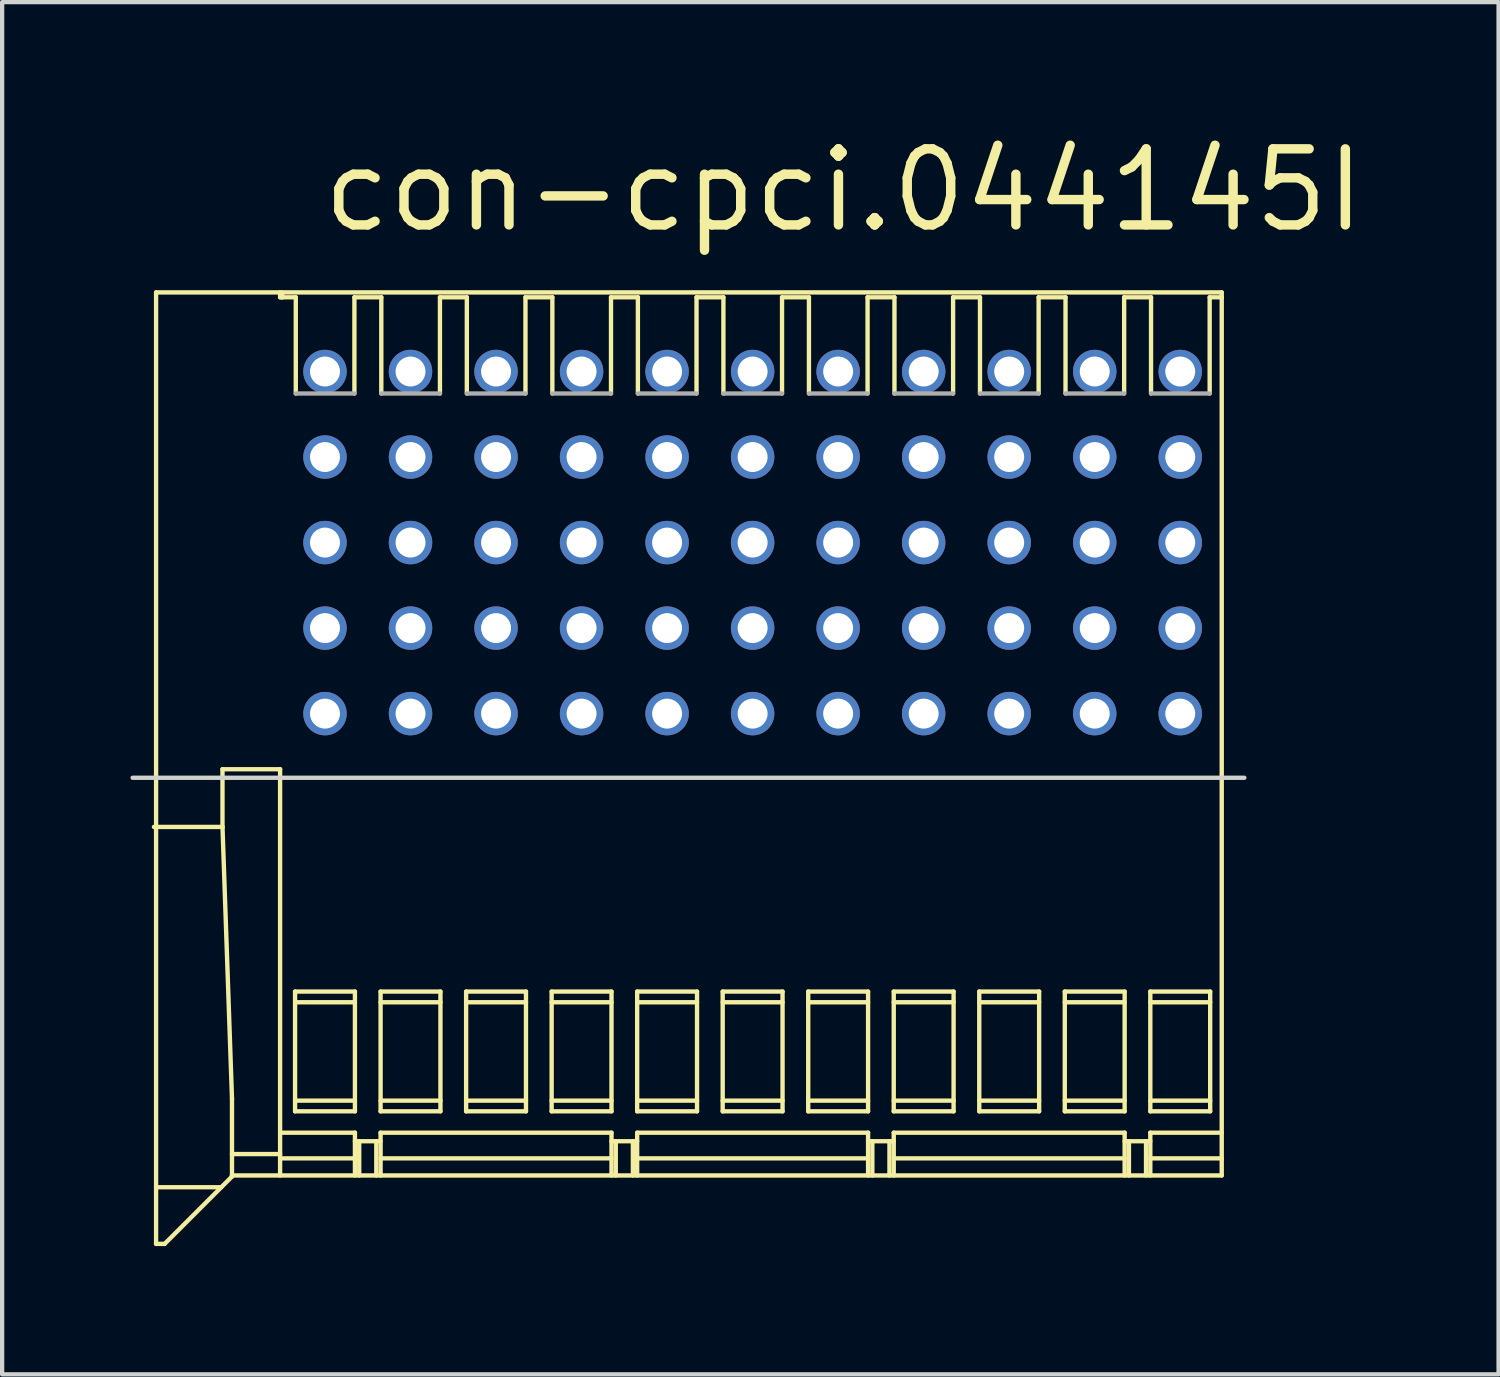
<source format=kicad_pcb>
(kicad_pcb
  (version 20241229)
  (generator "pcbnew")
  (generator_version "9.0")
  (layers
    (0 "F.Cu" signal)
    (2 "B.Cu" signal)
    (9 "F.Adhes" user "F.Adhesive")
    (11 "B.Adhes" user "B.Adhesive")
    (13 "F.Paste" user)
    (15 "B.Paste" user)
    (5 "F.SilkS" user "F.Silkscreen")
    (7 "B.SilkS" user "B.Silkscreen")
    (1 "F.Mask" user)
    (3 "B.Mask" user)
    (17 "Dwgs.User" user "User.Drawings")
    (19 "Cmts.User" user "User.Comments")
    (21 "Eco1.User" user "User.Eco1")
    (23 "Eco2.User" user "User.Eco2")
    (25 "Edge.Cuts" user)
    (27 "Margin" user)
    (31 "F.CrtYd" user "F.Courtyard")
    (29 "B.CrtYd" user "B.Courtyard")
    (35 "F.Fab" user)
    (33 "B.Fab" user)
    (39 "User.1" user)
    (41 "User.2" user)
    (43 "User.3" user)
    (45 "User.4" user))
  (footprint "con-cpci.044145I"
    (layer "F.Cu")
    (at 14.55 13.638)
    (property "Reference" "con-cpci.044145I" (at -10.16 -11.2 0) (layer "F.SilkS") (effects (font (size 1.778 1.778) (thickness 0.22)) (justify left bottom)))
    (attr through_hole)
    (fp_line (start -13.95 -9.85) (end -13.95 12.4) (stroke (width 0.102) (type default)) (layer "F.SilkS"))
    (fp_line (start -13.95 11.075) (end -12.425 11.075) (stroke (width 0.102) (type default)) (layer "F.SilkS"))
    (fp_line (start -13.75 12.4) (end -13.95 12.4) (stroke (width 0.102) (type default)) (layer "F.SilkS"))
    (fp_line (start -13.75 12.4) (end -12.175 10.825) (stroke (width 0.102) (type default)) (layer "F.SilkS"))
    (fp_line (start -12.397 2.65) (end -14 2.65) (stroke (width 0.102) (type default)) (layer "F.SilkS"))
    (fp_line (start -12.397 2.65) (end -12.397 1.3) (stroke (width 0.102) (type default)) (layer "F.SilkS"))
    (fp_line (start -12.175 9) (end -12.397 2.65) (stroke (width 0.102) (type default)) (layer "F.SilkS"))
    (fp_line (start -12.175 10.3) (end -11.05 10.3) (stroke (width 0.102) (type default)) (layer "F.SilkS"))
    (fp_line (start -12.175 10.8) (end -12.175 9) (stroke (width 0.102) (type default)) (layer "F.SilkS"))
    (fp_line (start -12.175 10.825) (end -12.175 10.8) (stroke (width 0.102) (type default)) (layer "F.SilkS"))
    (fp_line (start -11.05 -9.85) (end -13.95 -9.85) (stroke (width 0.102) (type default)) (layer "F.SilkS"))
    (fp_line (start -11.05 -9.736) (end -11.05 -9.85) (stroke (width 0.102) (type default)) (layer "F.SilkS"))
    (fp_line (start -11.05 -9.736) (end -11 -9.736) (stroke (width 0.102) (type default)) (layer "F.SilkS"))
    (fp_line (start -11.05 1.3) (end -12.397 1.3) (stroke (width 0.102) (type default)) (layer "F.SilkS"))
    (fp_line (start -11.05 1.3) (end -11.05 10.8) (stroke (width 0.102) (type default)) (layer "F.SilkS"))
    (fp_line (start -11 -9.85) (end -11 -9.736) (stroke (width 0.102) (type default)) (layer "F.SilkS"))
    (fp_line (start -11 -9.736) (end -10.683 -9.736) (stroke (width 0.102) (type default)) (layer "F.SilkS"))
    (fp_line (start -10.7 6.5) (end -9.3 6.5) (stroke (width 0.102) (type default)) (layer "F.SilkS"))
    (fp_line (start -10.7 9.3) (end -10.7 6.5) (stroke (width 0.102) (type default)) (layer "F.SilkS"))
    (fp_line (start -10.7 9.3) (end -9.3 9.3) (stroke (width 0.102) (type default)) (layer "F.SilkS"))
    (fp_line (start -10.683 -9.736) (end -10.683 -7.486) (stroke (width 0.102) (type default)) (layer "F.SilkS"))
    (fp_line (start -9.312 -9.736) (end -8.683 -9.736) (stroke (width 0.102) (type default)) (layer "F.SilkS"))
    (fp_line (start -9.312 -7.486) (end -9.312 -9.736) (stroke (width 0.102) (type default)) (layer "F.SilkS"))
    (fp_line (start -9.3 6.5) (end -9.3 9.3) (stroke (width 0.102) (type default)) (layer "F.SilkS"))
    (fp_line (start -9.3 6.75) (end -10.7 6.75) (stroke (width 0.102) (type default)) (layer "F.SilkS"))
    (fp_line (start -9.3 9.05) (end -10.7 9.05) (stroke (width 0.102) (type default)) (layer "F.SilkS"))
    (fp_line (start -9.3 9.8) (end -11.05 9.8) (stroke (width 0.102) (type default)) (layer "F.SilkS"))
    (fp_line (start -9.3 9.8) (end -9.3 10.8) (stroke (width 0.102) (type default)) (layer "F.SilkS"))
    (fp_line (start -9.3 10.4) (end -11.05 10.4) (stroke (width 0.102) (type default)) (layer "F.SilkS"))
    (fp_line (start -9.2 10) (end -9.2 10.8) (stroke (width 0.102) (type default)) (layer "F.SilkS"))
    (fp_line (start -8.8 10) (end -8.8 10.8) (stroke (width 0.102) (type default)) (layer "F.SilkS"))
    (fp_line (start -8.7 6.5) (end -8.7 9.3) (stroke (width 0.102) (type default)) (layer "F.SilkS"))
    (fp_line (start -8.7 9.8) (end -8.7 10.8) (stroke (width 0.102) (type default)) (layer "F.SilkS"))
    (fp_line (start -8.7 10) (end -9.3 10) (stroke (width 0.102) (type default)) (layer "F.SilkS"))
    (fp_line (start -8.683 -9.736) (end -8.683 -7.486) (stroke (width 0.102) (type default)) (layer "F.SilkS"))
    (fp_line (start -7.312 -9.736) (end -6.683 -9.736) (stroke (width 0.102) (type default)) (layer "F.SilkS"))
    (fp_line (start -7.312 -7.486) (end -7.312 -9.736) (stroke (width 0.102) (type default)) (layer "F.SilkS"))
    (fp_line (start -7.3 6.5) (end -8.7 6.5) (stroke (width 0.102) (type default)) (layer "F.SilkS"))
    (fp_line (start -7.3 6.5) (end -7.3 9.3) (stroke (width 0.102) (type default)) (layer "F.SilkS"))
    (fp_line (start -7.3 6.75) (end -8.7 6.75) (stroke (width 0.102) (type default)) (layer "F.SilkS"))
    (fp_line (start -7.3 9.05) (end -8.7 9.05) (stroke (width 0.102) (type default)) (layer "F.SilkS"))
    (fp_line (start -7.3 9.3) (end -8.7 9.3) (stroke (width 0.102) (type default)) (layer "F.SilkS"))
    (fp_line (start -6.7 6.5) (end -6.7 9.3) (stroke (width 0.102) (type default)) (layer "F.SilkS"))
    (fp_line (start -6.683 -9.736) (end -6.683 -7.486) (stroke (width 0.102) (type default)) (layer "F.SilkS"))
    (fp_line (start -5.312 -9.736) (end -4.683 -9.736) (stroke (width 0.102) (type default)) (layer "F.SilkS"))
    (fp_line (start -5.312 -7.486) (end -5.312 -9.736) (stroke (width 0.102) (type default)) (layer "F.SilkS"))
    (fp_line (start -5.3 6.5) (end -6.7 6.5) (stroke (width 0.102) (type default)) (layer "F.SilkS"))
    (fp_line (start -5.3 6.5) (end -5.3 9.3) (stroke (width 0.102) (type default)) (layer "F.SilkS"))
    (fp_line (start -5.3 6.75) (end -6.7 6.75) (stroke (width 0.102) (type default)) (layer "F.SilkS"))
    (fp_line (start -5.3 9.05) (end -6.7 9.05) (stroke (width 0.102) (type default)) (layer "F.SilkS"))
    (fp_line (start -5.3 9.3) (end -6.7 9.3) (stroke (width 0.102) (type default)) (layer "F.SilkS"))
    (fp_line (start -4.7 6.5) (end -4.7 9.3) (stroke (width 0.102) (type default)) (layer "F.SilkS"))
    (fp_line (start -4.683 -9.736) (end -4.683 -7.486) (stroke (width 0.102) (type default)) (layer "F.SilkS"))
    (fp_line (start -3.312 -9.736) (end -2.683 -9.736) (stroke (width 0.102) (type default)) (layer "F.SilkS"))
    (fp_line (start -3.312 -7.486) (end -3.312 -9.736) (stroke (width 0.102) (type default)) (layer "F.SilkS"))
    (fp_line (start -3.3 6.5) (end -4.7 6.5) (stroke (width 0.102) (type default)) (layer "F.SilkS"))
    (fp_line (start -3.3 6.5) (end -3.3 9.3) (stroke (width 0.102) (type default)) (layer "F.SilkS"))
    (fp_line (start -3.3 6.75) (end -4.7 6.75) (stroke (width 0.102) (type default)) (layer "F.SilkS"))
    (fp_line (start -3.3 9.05) (end -4.7 9.05) (stroke (width 0.102) (type default)) (layer "F.SilkS"))
    (fp_line (start -3.3 9.3) (end -4.7 9.3) (stroke (width 0.102) (type default)) (layer "F.SilkS"))
    (fp_line (start -3.3 9.8) (end -8.7 9.8) (stroke (width 0.102) (type default)) (layer "F.SilkS"))
    (fp_line (start -3.3 9.8) (end -3.3 10.8) (stroke (width 0.102) (type default)) (layer "F.SilkS"))
    (fp_line (start -3.3 10.4) (end -8.7 10.4) (stroke (width 0.102) (type default)) (layer "F.SilkS"))
    (fp_line (start -3.2 10) (end -3.2 10.8) (stroke (width 0.102) (type default)) (layer "F.SilkS"))
    (fp_line (start -2.8 10) (end -2.8 10.8) (stroke (width 0.102) (type default)) (layer "F.SilkS"))
    (fp_line (start -2.7 6.5) (end -2.7 9.3) (stroke (width 0.102) (type default)) (layer "F.SilkS"))
    (fp_line (start -2.7 9.8) (end -2.7 10.8) (stroke (width 0.102) (type default)) (layer "F.SilkS"))
    (fp_line (start -2.7 10) (end -3.3 10) (stroke (width 0.102) (type default)) (layer "F.SilkS"))
    (fp_line (start -2.683 -9.736) (end -2.683 -7.486) (stroke (width 0.102) (type default)) (layer "F.SilkS"))
    (fp_line (start -1.312 -9.736) (end -0.683 -9.736) (stroke (width 0.102) (type default)) (layer "F.SilkS"))
    (fp_line (start -1.312 -7.486) (end -1.312 -9.736) (stroke (width 0.102) (type default)) (layer "F.SilkS"))
    (fp_line (start -1.3 6.5) (end -2.7 6.5) (stroke (width 0.102) (type default)) (layer "F.SilkS"))
    (fp_line (start -1.3 6.5) (end -1.3 9.3) (stroke (width 0.102) (type default)) (layer "F.SilkS"))
    (fp_line (start -1.3 6.75) (end -2.7 6.75) (stroke (width 0.102) (type default)) (layer "F.SilkS"))
    (fp_line (start -1.3 9.05) (end -2.7 9.05) (stroke (width 0.102) (type default)) (layer "F.SilkS"))
    (fp_line (start -1.3 9.3) (end -2.7 9.3) (stroke (width 0.102) (type default)) (layer "F.SilkS"))
    (fp_line (start -0.7 6.5) (end -0.7 9.3) (stroke (width 0.102) (type default)) (layer "F.SilkS"))
    (fp_line (start -0.683 -9.736) (end -0.683 -7.486) (stroke (width 0.102) (type default)) (layer "F.SilkS"))
    (fp_line (start 0.688 -9.736) (end 1.317 -9.736) (stroke (width 0.102) (type default)) (layer "F.SilkS"))
    (fp_line (start 0.688 -7.486) (end 0.688 -9.736) (stroke (width 0.102) (type default)) (layer "F.SilkS"))
    (fp_line (start 0.7 6.5) (end -0.7 6.5) (stroke (width 0.102) (type default)) (layer "F.SilkS"))
    (fp_line (start 0.7 6.5) (end 0.7 9.3) (stroke (width 0.102) (type default)) (layer "F.SilkS"))
    (fp_line (start 0.7 6.75) (end -0.7 6.75) (stroke (width 0.102) (type default)) (layer "F.SilkS"))
    (fp_line (start 0.7 9.05) (end -0.7 9.05) (stroke (width 0.102) (type default)) (layer "F.SilkS"))
    (fp_line (start 0.7 9.3) (end -0.7 9.3) (stroke (width 0.102) (type default)) (layer "F.SilkS"))
    (fp_line (start 1.3 6.5) (end 1.3 9.3) (stroke (width 0.102) (type default)) (layer "F.SilkS"))
    (fp_line (start 1.317 -9.736) (end 1.317 -7.486) (stroke (width 0.102) (type default)) (layer "F.SilkS"))
    (fp_line (start 2.688 -9.736) (end 3.317 -9.736) (stroke (width 0.102) (type default)) (layer "F.SilkS"))
    (fp_line (start 2.688 -7.486) (end 2.688 -9.736) (stroke (width 0.102) (type default)) (layer "F.SilkS"))
    (fp_line (start 2.7 6.5) (end 1.3 6.5) (stroke (width 0.102) (type default)) (layer "F.SilkS"))
    (fp_line (start 2.7 6.5) (end 2.7 9.3) (stroke (width 0.102) (type default)) (layer "F.SilkS"))
    (fp_line (start 2.7 6.75) (end 1.3 6.75) (stroke (width 0.102) (type default)) (layer "F.SilkS"))
    (fp_line (start 2.7 9.05) (end 1.3 9.05) (stroke (width 0.102) (type default)) (layer "F.SilkS"))
    (fp_line (start 2.7 9.3) (end 1.3 9.3) (stroke (width 0.102) (type default)) (layer "F.SilkS"))
    (fp_line (start 2.7 9.8) (end -2.7 9.8) (stroke (width 0.102) (type default)) (layer "F.SilkS"))
    (fp_line (start 2.7 9.8) (end 2.7 10.8) (stroke (width 0.102) (type default)) (layer "F.SilkS"))
    (fp_line (start 2.7 10.4) (end -2.7 10.4) (stroke (width 0.102) (type default)) (layer "F.SilkS"))
    (fp_line (start 2.8 10) (end 2.8 10.8) (stroke (width 0.102) (type default)) (layer "F.SilkS"))
    (fp_line (start 3.2 10) (end 3.2 10.8) (stroke (width 0.102) (type default)) (layer "F.SilkS"))
    (fp_line (start 3.3 6.5) (end 3.3 9.3) (stroke (width 0.102) (type default)) (layer "F.SilkS"))
    (fp_line (start 3.3 9.8) (end 3.3 10.8) (stroke (width 0.102) (type default)) (layer "F.SilkS"))
    (fp_line (start 3.3 10) (end 2.7 10) (stroke (width 0.102) (type default)) (layer "F.SilkS"))
    (fp_line (start 3.317 -9.736) (end 3.317 -7.486) (stroke (width 0.102) (type default)) (layer "F.SilkS"))
    (fp_line (start 4.688 -9.736) (end 5.317 -9.736) (stroke (width 0.102) (type default)) (layer "F.SilkS"))
    (fp_line (start 4.688 -7.486) (end 4.688 -9.736) (stroke (width 0.102) (type default)) (layer "F.SilkS"))
    (fp_line (start 4.7 6.5) (end 3.3 6.5) (stroke (width 0.102) (type default)) (layer "F.SilkS"))
    (fp_line (start 4.7 6.5) (end 4.7 9.3) (stroke (width 0.102) (type default)) (layer "F.SilkS"))
    (fp_line (start 4.7 6.75) (end 3.3 6.75) (stroke (width 0.102) (type default)) (layer "F.SilkS"))
    (fp_line (start 4.7 9.05) (end 3.3 9.05) (stroke (width 0.102) (type default)) (layer "F.SilkS"))
    (fp_line (start 4.7 9.3) (end 3.3 9.3) (stroke (width 0.102) (type default)) (layer "F.SilkS"))
    (fp_line (start 5.3 6.5) (end 5.3 9.3) (stroke (width 0.102) (type default)) (layer "F.SilkS"))
    (fp_line (start 5.317 -9.736) (end 5.317 -7.486) (stroke (width 0.102) (type default)) (layer "F.SilkS"))
    (fp_line (start 6.688 -9.736) (end 7.317 -9.736) (stroke (width 0.102) (type default)) (layer "F.SilkS"))
    (fp_line (start 6.688 -7.486) (end 6.688 -9.736) (stroke (width 0.102) (type default)) (layer "F.SilkS"))
    (fp_line (start 6.7 6.5) (end 5.3 6.5) (stroke (width 0.102) (type default)) (layer "F.SilkS"))
    (fp_line (start 6.7 6.5) (end 6.7 9.3) (stroke (width 0.102) (type default)) (layer "F.SilkS"))
    (fp_line (start 6.7 6.75) (end 5.3 6.75) (stroke (width 0.102) (type default)) (layer "F.SilkS"))
    (fp_line (start 6.7 9.05) (end 5.3 9.05) (stroke (width 0.102) (type default)) (layer "F.SilkS"))
    (fp_line (start 6.7 9.3) (end 5.3 9.3) (stroke (width 0.102) (type default)) (layer "F.SilkS"))
    (fp_line (start 7.3 6.5) (end 7.3 9.3) (stroke (width 0.102) (type default)) (layer "F.SilkS"))
    (fp_line (start 7.317 -9.736) (end 7.317 -7.486) (stroke (width 0.102) (type default)) (layer "F.SilkS"))
    (fp_line (start 8.688 -9.736) (end 9.317 -9.736) (stroke (width 0.102) (type default)) (layer "F.SilkS"))
    (fp_line (start 8.688 -7.486) (end 8.688 -9.736) (stroke (width 0.102) (type default)) (layer "F.SilkS"))
    (fp_line (start 8.7 6.5) (end 7.3 6.5) (stroke (width 0.102) (type default)) (layer "F.SilkS"))
    (fp_line (start 8.7 6.5) (end 8.7 9.3) (stroke (width 0.102) (type default)) (layer "F.SilkS"))
    (fp_line (start 8.7 6.75) (end 7.3 6.75) (stroke (width 0.102) (type default)) (layer "F.SilkS"))
    (fp_line (start 8.7 9.05) (end 7.3 9.05) (stroke (width 0.102) (type default)) (layer "F.SilkS"))
    (fp_line (start 8.7 9.3) (end 7.3 9.3) (stroke (width 0.102) (type default)) (layer "F.SilkS"))
    (fp_line (start 8.7 9.8) (end 3.3 9.8) (stroke (width 0.102) (type default)) (layer "F.SilkS"))
    (fp_line (start 8.7 9.8) (end 8.7 10.8) (stroke (width 0.102) (type default)) (layer "F.SilkS"))
    (fp_line (start 8.7 10.4) (end 3.3 10.4) (stroke (width 0.102) (type default)) (layer "F.SilkS"))
    (fp_line (start 8.8 10) (end 8.8 10.8) (stroke (width 0.102) (type default)) (layer "F.SilkS"))
    (fp_line (start 9.2 10) (end 9.2 10.8) (stroke (width 0.102) (type default)) (layer "F.SilkS"))
    (fp_line (start 9.3 6.5) (end 9.3 9.3) (stroke (width 0.102) (type default)) (layer "F.SilkS"))
    (fp_line (start 9.3 9.8) (end 9.3 10.8) (stroke (width 0.102) (type default)) (layer "F.SilkS"))
    (fp_line (start 9.3 10) (end 8.7 10) (stroke (width 0.102) (type default)) (layer "F.SilkS"))
    (fp_line (start 9.317 -9.736) (end 9.317 -7.486) (stroke (width 0.102) (type default)) (layer "F.SilkS"))
    (fp_line (start 10.688 -9.736) (end 10.97 -9.736) (stroke (width 0.102) (type default)) (layer "F.SilkS"))
    (fp_line (start 10.688 -7.486) (end 10.688 -9.736) (stroke (width 0.102) (type default)) (layer "F.SilkS"))
    (fp_line (start 10.7 6.5) (end 9.3 6.5) (stroke (width 0.102) (type default)) (layer "F.SilkS"))
    (fp_line (start 10.7 6.5) (end 10.7 9.3) (stroke (width 0.102) (type default)) (layer "F.SilkS"))
    (fp_line (start 10.7 6.75) (end 9.3 6.75) (stroke (width 0.102) (type default)) (layer "F.SilkS"))
    (fp_line (start 10.7 9.05) (end 9.3 9.05) (stroke (width 0.102) (type default)) (layer "F.SilkS"))
    (fp_line (start 10.7 9.3) (end 9.3 9.3) (stroke (width 0.102) (type default)) (layer "F.SilkS"))
    (fp_line (start 10.97 -9.85) (end -11 -9.85) (stroke (width 0.102) (type default)) (layer "F.SilkS"))
    (fp_line (start 10.97 -9.736) (end 10.97 -9.85) (stroke (width 0.102) (type default)) (layer "F.SilkS"))
    (fp_line (start 10.97 9.8) (end 9.3 9.8) (stroke (width 0.102) (type default)) (layer "F.SilkS"))
    (fp_line (start 10.97 10.4) (end 9.3 10.4) (stroke (width 0.102) (type default)) (layer "F.SilkS"))
    (fp_line (start 10.97 10.8) (end -12.175 10.8) (stroke (width 0.102) (type default)) (layer "F.SilkS"))
    (fp_line (start 10.97 10.8) (end 10.97 -9.736) (stroke (width 0.102) (type default)) (layer "F.SilkS"))
    (fp_line (start 11.5 1.5) (end -14.5 1.5) (stroke (width 0.1) (type default)) (layer "Edge.Cuts"))
    (fp_line (start -10.683 -7.486) (end -9.312 -7.486) (stroke (width 0.102) (type default)) (layer "F.Fab"))
    (fp_line (start -8.683 -7.486) (end -7.312 -7.486) (stroke (width 0.102) (type default)) (layer "F.Fab"))
    (fp_line (start -6.683 -7.486) (end -5.312 -7.486) (stroke (width 0.102) (type default)) (layer "F.Fab"))
    (fp_line (start -4.683 -7.486) (end -3.312 -7.486) (stroke (width 0.102) (type default)) (layer "F.Fab"))
    (fp_line (start -2.683 -7.486) (end -1.312 -7.486) (stroke (width 0.102) (type default)) (layer "F.Fab"))
    (fp_line (start -0.683 -7.486) (end 0.688 -7.486) (stroke (width 0.102) (type default)) (layer "F.Fab"))
    (fp_line (start 1.317 -7.486) (end 2.688 -7.486) (stroke (width 0.102) (type default)) (layer "F.Fab"))
    (fp_line (start 3.317 -7.486) (end 4.688 -7.486) (stroke (width 0.102) (type default)) (layer "F.Fab"))
    (fp_line (start 5.317 -7.486) (end 6.688 -7.486) (stroke (width 0.102) (type default)) (layer "F.Fab"))
    (fp_line (start 7.317 -7.486) (end 8.688 -7.486) (stroke (width 0.102) (type default)) (layer "F.Fab"))
    (fp_line (start 9.317 -7.486) (end 10.688 -7.486) (stroke (width 0.102) (type default)) (layer "F.Fab"))
    (pad "A1" thru_hole circle (at 10 0) (size 1.016 1.016) (drill 0.7) (layers "*.Cu" "*.Mask"))
    (pad "A2" thru_hole circle (at 8 0) (size 1.016 1.016) (drill 0.7) (layers "*.Cu" "*.Mask"))
    (pad "A3" thru_hole circle (at 6 0) (size 1.016 1.016) (drill 0.7) (layers "*.Cu" "*.Mask"))
    (pad "A4" thru_hole circle (at 4 0) (size 1.016 1.016) (drill 0.7) (layers "*.Cu" "*.Mask"))
    (pad "A5" thru_hole circle (at 2 0) (size 1.016 1.016) (drill 0.7) (layers "*.Cu" "*.Mask"))
    (pad "A6" thru_hole circle (at 0 0) (size 1.016 1.016) (drill 0.7) (layers "*.Cu" "*.Mask"))
    (pad "A7" thru_hole circle (at -2 0) (size 1.016 1.016) (drill 0.7) (layers "*.Cu" "*.Mask"))
    (pad "A8" thru_hole circle (at -4 0) (size 1.016 1.016) (drill 0.7) (layers "*.Cu" "*.Mask"))
    (pad "A9" thru_hole circle (at -6 0) (size 1.016 1.016) (drill 0.7) (layers "*.Cu" "*.Mask"))
    (pad "A10" thru_hole circle (at -8 0) (size 1.016 1.016) (drill 0.7) (layers "*.Cu" "*.Mask"))
    (pad "A11" thru_hole circle (at -10 0) (size 1.016 1.016) (drill 0.7) (layers "*.Cu" "*.Mask"))
    (pad "B1" thru_hole circle (at 10 -2) (size 1.016 1.016) (drill 0.7) (layers "*.Cu" "*.Mask"))
    (pad "B2" thru_hole circle (at 8 -2) (size 1.016 1.016) (drill 0.7) (layers "*.Cu" "*.Mask"))
    (pad "B3" thru_hole circle (at 6 -2) (size 1.016 1.016) (drill 0.7) (layers "*.Cu" "*.Mask"))
    (pad "B4" thru_hole circle (at 4 -2) (size 1.016 1.016) (drill 0.7) (layers "*.Cu" "*.Mask"))
    (pad "B5" thru_hole circle (at 2 -2) (size 1.016 1.016) (drill 0.7) (layers "*.Cu" "*.Mask"))
    (pad "B6" thru_hole circle (at 0 -2) (size 1.016 1.016) (drill 0.7) (layers "*.Cu" "*.Mask"))
    (pad "B7" thru_hole circle (at -2 -2) (size 1.016 1.016) (drill 0.7) (layers "*.Cu" "*.Mask"))
    (pad "B8" thru_hole circle (at -4 -2) (size 1.016 1.016) (drill 0.7) (layers "*.Cu" "*.Mask"))
    (pad "B9" thru_hole circle (at -6 -2) (size 1.016 1.016) (drill 0.7) (layers "*.Cu" "*.Mask"))
    (pad "B10" thru_hole circle (at -8 -2) (size 1.016 1.016) (drill 0.7) (layers "*.Cu" "*.Mask"))
    (pad "B11" thru_hole circle (at -10 -2) (size 1.016 1.016) (drill 0.7) (layers "*.Cu" "*.Mask"))
    (pad "C1" thru_hole circle (at 10 -4) (size 1.016 1.016) (drill 0.7) (layers "*.Cu" "*.Mask"))
    (pad "C2" thru_hole circle (at 8 -4) (size 1.016 1.016) (drill 0.7) (layers "*.Cu" "*.Mask"))
    (pad "C3" thru_hole circle (at 6 -4) (size 1.016 1.016) (drill 0.7) (layers "*.Cu" "*.Mask"))
    (pad "C4" thru_hole circle (at 4 -4) (size 1.016 1.016) (drill 0.7) (layers "*.Cu" "*.Mask"))
    (pad "C5" thru_hole circle (at 2 -4) (size 1.016 1.016) (drill 0.7) (layers "*.Cu" "*.Mask"))
    (pad "C6" thru_hole circle (at 0 -4) (size 1.016 1.016) (drill 0.7) (layers "*.Cu" "*.Mask"))
    (pad "C7" thru_hole circle (at -2 -4) (size 1.016 1.016) (drill 0.7) (layers "*.Cu" "*.Mask"))
    (pad "C8" thru_hole circle (at -4 -4) (size 1.016 1.016) (drill 0.7) (layers "*.Cu" "*.Mask"))
    (pad "C9" thru_hole circle (at -6 -4) (size 1.016 1.016) (drill 0.7) (layers "*.Cu" "*.Mask"))
    (pad "C10" thru_hole circle (at -8 -4) (size 1.016 1.016) (drill 0.7) (layers "*.Cu" "*.Mask"))
    (pad "C11" thru_hole circle (at -10 -4) (size 1.016 1.016) (drill 0.7) (layers "*.Cu" "*.Mask"))
    (pad "D1" thru_hole circle (at 10 -6) (size 1.016 1.016) (drill 0.7) (layers "*.Cu" "*.Mask"))
    (pad "D2" thru_hole circle (at 8 -6) (size 1.016 1.016) (drill 0.7) (layers "*.Cu" "*.Mask"))
    (pad "D3" thru_hole circle (at 6 -6) (size 1.016 1.016) (drill 0.7) (layers "*.Cu" "*.Mask"))
    (pad "D4" thru_hole circle (at 4 -6) (size 1.016 1.016) (drill 0.7) (layers "*.Cu" "*.Mask"))
    (pad "D5" thru_hole circle (at 2 -6) (size 1.016 1.016) (drill 0.7) (layers "*.Cu" "*.Mask"))
    (pad "D6" thru_hole circle (at 0 -6) (size 1.016 1.016) (drill 0.7) (layers "*.Cu" "*.Mask"))
    (pad "D7" thru_hole circle (at -2 -6) (size 1.016 1.016) (drill 0.7) (layers "*.Cu" "*.Mask"))
    (pad "D8" thru_hole circle (at -4 -6) (size 1.016 1.016) (drill 0.7) (layers "*.Cu" "*.Mask"))
    (pad "D9" thru_hole circle (at -6 -6) (size 1.016 1.016) (drill 0.7) (layers "*.Cu" "*.Mask"))
    (pad "D10" thru_hole circle (at -8 -6) (size 1.016 1.016) (drill 0.7) (layers "*.Cu" "*.Mask"))
    (pad "D11" thru_hole circle (at -10 -6) (size 1.016 1.016) (drill 0.7) (layers "*.Cu" "*.Mask"))
    (pad "E1" thru_hole circle (at 10 -8) (size 1.016 1.016) (drill 0.7) (layers "*.Cu" "*.Mask"))
    (pad "E2" thru_hole circle (at 8 -8) (size 1.016 1.016) (drill 0.7) (layers "*.Cu" "*.Mask"))
    (pad "E3" thru_hole circle (at 6 -8) (size 1.016 1.016) (drill 0.7) (layers "*.Cu" "*.Mask"))
    (pad "E4" thru_hole circle (at 4 -8) (size 1.016 1.016) (drill 0.7) (layers "*.Cu" "*.Mask"))
    (pad "E5" thru_hole circle (at 2 -8) (size 1.016 1.016) (drill 0.7) (layers "*.Cu" "*.Mask"))
    (pad "E6" thru_hole circle (at 0 -8) (size 1.016 1.016) (drill 0.7) (layers "*.Cu" "*.Mask"))
    (pad "E7" thru_hole circle (at -2 -8) (size 1.016 1.016) (drill 0.7) (layers "*.Cu" "*.Mask"))
    (pad "E8" thru_hole circle (at -4 -8) (size 1.016 1.016) (drill 0.7) (layers "*.Cu" "*.Mask"))
    (pad "E9" thru_hole circle (at -6 -8) (size 1.016 1.016) (drill 0.7) (layers "*.Cu" "*.Mask"))
    (pad "E10" thru_hole circle (at -8 -8) (size 1.016 1.016) (drill 0.7) (layers "*.Cu" "*.Mask"))
    (pad "E11" thru_hole circle (at -10 -8) (size 1.016 1.016) (drill 0.7) (layers "*.Cu" "*.Mask")))
  (gr_rect
    (start -3 -3)
    (end 31.994 29.089)
    (stroke (width 0.1) (type default))
    (fill no)
    (layer "Edge.Cuts")))
</source>
